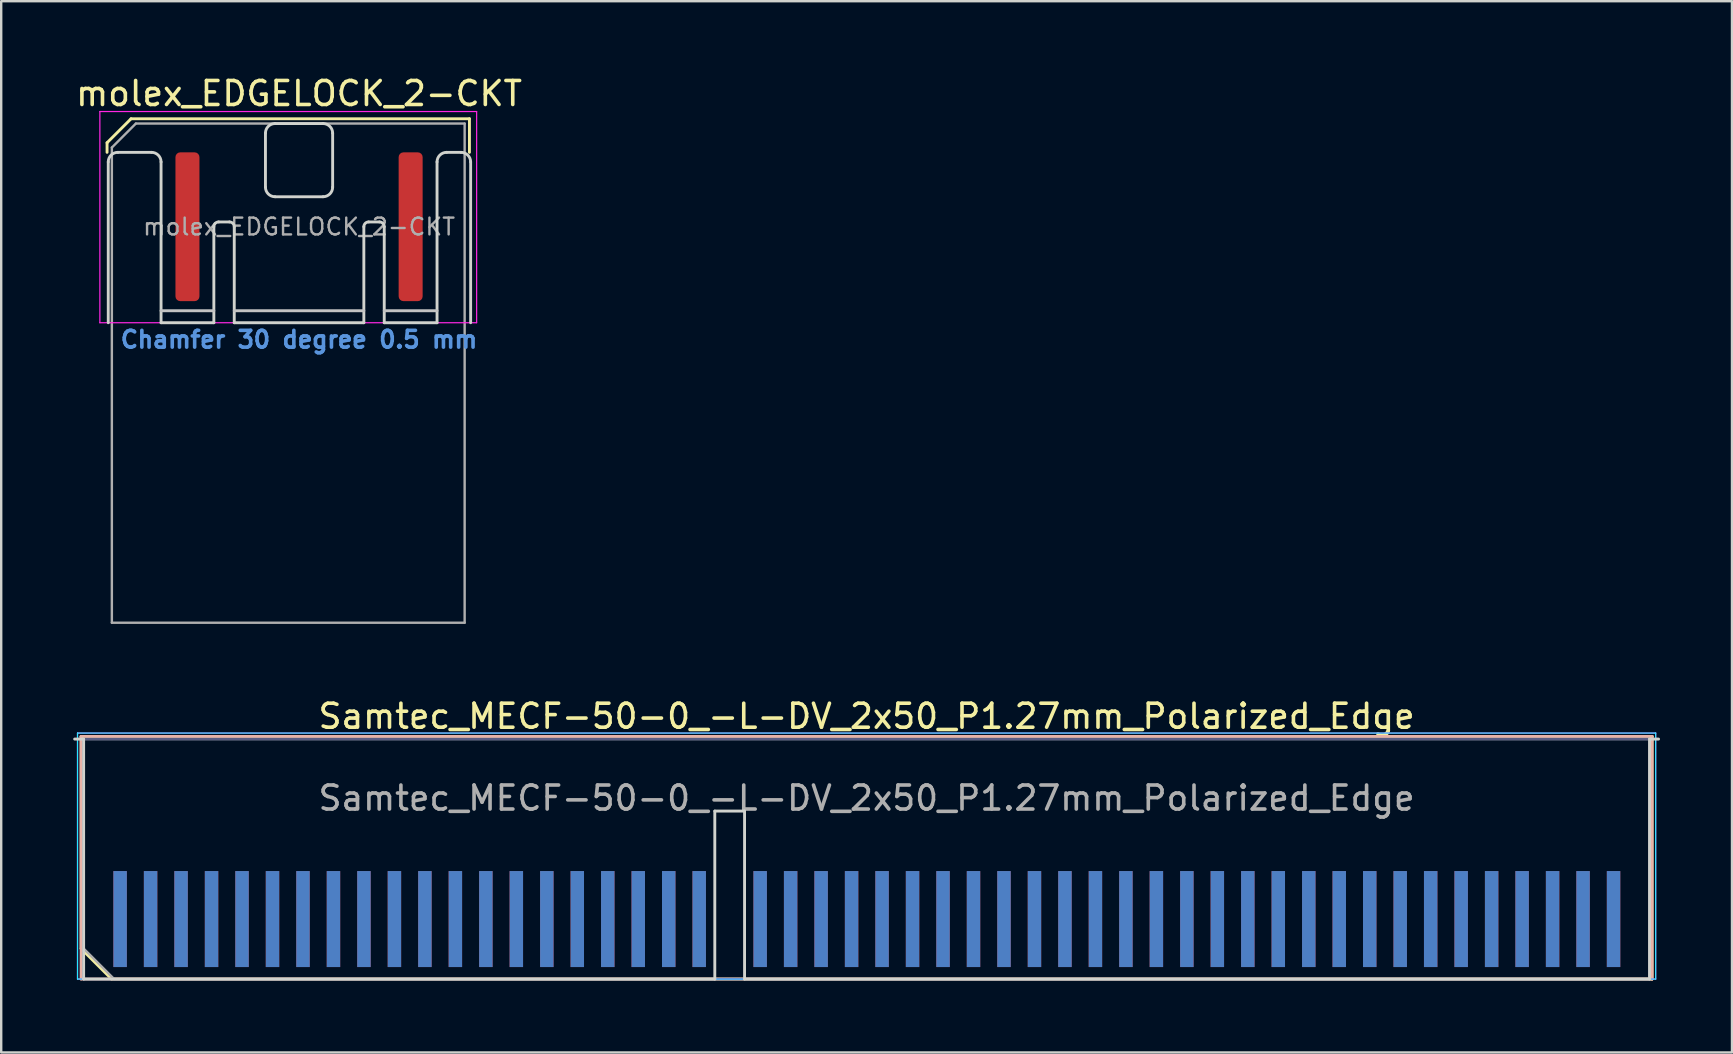
<source format=kicad_pcb>
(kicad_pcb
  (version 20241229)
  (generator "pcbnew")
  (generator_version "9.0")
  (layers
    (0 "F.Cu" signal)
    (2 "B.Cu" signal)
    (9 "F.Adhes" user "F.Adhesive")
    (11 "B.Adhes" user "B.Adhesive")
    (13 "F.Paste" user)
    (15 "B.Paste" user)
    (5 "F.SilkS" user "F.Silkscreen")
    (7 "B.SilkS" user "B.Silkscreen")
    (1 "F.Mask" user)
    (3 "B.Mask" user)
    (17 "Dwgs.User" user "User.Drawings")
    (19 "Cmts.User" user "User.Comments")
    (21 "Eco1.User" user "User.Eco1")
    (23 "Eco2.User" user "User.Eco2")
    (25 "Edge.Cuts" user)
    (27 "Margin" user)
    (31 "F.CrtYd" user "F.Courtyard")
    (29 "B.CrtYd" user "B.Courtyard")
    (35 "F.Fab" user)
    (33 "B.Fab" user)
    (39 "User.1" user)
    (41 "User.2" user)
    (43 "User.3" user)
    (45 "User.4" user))
  (footprint "Samtec_MECF-50-0_-L-DV_2x50_P1.27mm_Polarized_Edge"
    (layer "F.Cu")
    (at 33.06 32.746)
    (property "Reference" "Samtec_MECF-50-0_-L-DV_2x50_P1.27mm_Polarized_Edge" (at 0 -5.95 0) (layer "F.SilkS") (effects (font (size 1 1) (thickness 0.15))))
    (attr exclude_from_pos_files exclude_from_bom)
    (fp_line (start -32.73 -5.11) (end 32.73 -5.11) (stroke (width 0.12) (type solid)) (layer "F.SilkS"))
    (fp_line (start -32.73 3.73) (end -32.73 -5.11) (stroke (width 0.12) (type solid)) (layer "F.SilkS"))
    (fp_line (start -31.46 5) (end -32.73 3.73) (stroke (width 0.12) (type solid)) (layer "F.SilkS"))
    (fp_line (start -31.46 5) (end 32.73 5) (stroke (width 0.12) (type solid)) (layer "F.SilkS"))
    (fp_line (start 32.73 5) (end 32.73 -5.11) (stroke (width 0.12) (type solid)) (layer "F.SilkS"))
    (fp_line (start -32.73 -5.11) (end 32.73 -5.11) (stroke (width 0.12) (type solid)) (layer "B.SilkS"))
    (fp_line (start -32.73 5) (end -32.73 -5.11) (stroke (width 0.12) (type solid)) (layer "B.SilkS"))
    (fp_line (start -32.73 5) (end 32.73 5) (stroke (width 0.12) (type solid)) (layer "B.SilkS"))
    (fp_line (start 32.73 5) (end 32.73 -5.11) (stroke (width 0.12) (type solid)) (layer "B.SilkS"))
    (fp_line (start -33 -5) (end -32.625 -5) (stroke (width 0.12) (type solid)) (layer "Edge.Cuts"))
    (fp_line (start -32.625 5) (end -32.625 -5) (stroke (width 0.12) (type solid)) (layer "Edge.Cuts"))
    (fp_line (start -32.625 5) (end -6.325 5) (stroke (width 0.12) (type solid)) (layer "Edge.Cuts"))
    (fp_line (start -6.325 -2) (end -5.085 -2) (stroke (width 0.12) (type solid)) (layer "Edge.Cuts"))
    (fp_line (start -6.325 5) (end -6.325 -2) (stroke (width 0.12) (type solid)) (layer "Edge.Cuts"))
    (fp_line (start -5.085 5) (end -5.085 -2) (stroke (width 0.12) (type solid)) (layer "Edge.Cuts"))
    (fp_line (start -5.085 5) (end 32.625 5) (stroke (width 0.12) (type solid)) (layer "Edge.Cuts"))
    (fp_line (start 32.625 5) (end 32.625 -5) (stroke (width 0.12) (type solid)) (layer "Edge.Cuts"))
    (fp_line (start 33 -5) (end 32.625 -5) (stroke (width 0.12) (type solid)) (layer "Edge.Cuts"))
    (fp_line (start -32.88 -5.25) (end -32.88 5) (stroke (width 0.05) (type solid)) (layer "B.CrtYd"))
    (fp_line (start -32.88 5) (end 32.88 5) (stroke (width 0.05) (type solid)) (layer "B.CrtYd"))
    (fp_line (start 32.88 -5.25) (end -32.88 -5.25) (stroke (width 0.05) (type solid)) (layer "B.CrtYd"))
    (fp_line (start 32.88 5) (end 32.88 -5.25) (stroke (width 0.05) (type solid)) (layer "B.CrtYd"))
    (fp_line (start -32.88 -5.25) (end -32.88 5) (stroke (width 0.05) (type solid)) (layer "F.CrtYd"))
    (fp_line (start -32.88 5) (end 32.88 5) (stroke (width 0.05) (type solid)) (layer "F.CrtYd"))
    (fp_line (start 32.88 -5.25) (end -32.88 -5.25) (stroke (width 0.05) (type solid)) (layer "F.CrtYd"))
    (fp_line (start 32.88 5) (end 32.88 -5.25) (stroke (width 0.05) (type solid)) (layer "F.CrtYd"))
    (fp_line (start -32.625 -5) (end 32.625 -5) (stroke (width 0.1) (type solid)) (layer "B.Fab"))
    (fp_line (start -32.625 5) (end -32.625 -5) (stroke (width 0.1) (type solid)) (layer "B.Fab"))
    (fp_line (start -32.625 5) (end 32.625 5) (stroke (width 0.1) (type solid)) (layer "B.Fab"))
    (fp_line (start 32.625 5) (end 32.625 -5) (stroke (width 0.1) (type solid)) (layer "B.Fab"))
    (fp_line (start -32.625 -5) (end 32.625 -5) (stroke (width 0.1) (type solid)) (layer "F.Fab"))
    (fp_line (start -32.625 3.73) (end -32.625 -5) (stroke (width 0.1) (type solid)) (layer "F.Fab"))
    (fp_line (start -32.625 3.73) (end -31.355 5) (stroke (width 0.1) (type solid)) (layer "F.Fab"))
    (fp_line (start -31.355 5) (end 32.625 5) (stroke (width 0.1) (type solid)) (layer "F.Fab"))
    (fp_line (start 32.625 5) (end 32.625 -5) (stroke (width 0.1) (type solid)) (layer "F.Fab"))
    (fp_text user "${REFERENCE}" (at 0 -2.54 0) (layer "F.Fab") (effects (font (size 1 1) (thickness 0.15))))
    (pad "1" connect rect (at -31.105 2.5) (size 0.56 4) (layers "F.Cu" "F.Mask"))
    (pad "2" connect rect (at -31.105 2.5) (size 0.56 4) (layers "B.Cu" "B.Mask"))
    (pad "3" connect rect (at -29.835 2.5) (size 0.56 4) (layers "F.Cu" "F.Mask"))
    (pad "4" connect rect (at -29.835 2.5) (size 0.56 4) (layers "B.Cu" "B.Mask"))
    (pad "5" connect rect (at -28.565 2.5) (size 0.56 4) (layers "F.Cu" "F.Mask"))
    (pad "6" connect rect (at -28.565 2.5) (size 0.56 4) (layers "B.Cu" "B.Mask"))
    (pad "7" connect rect (at -27.295 2.5) (size 0.56 4) (layers "F.Cu" "F.Mask"))
    (pad "8" connect rect (at -27.295 2.5) (size 0.56 4) (layers "B.Cu" "B.Mask"))
    (pad "9" connect rect (at -26.025 2.5) (size 0.56 4) (layers "F.Cu" "F.Mask"))
    (pad "10" connect rect (at -26.025 2.5) (size 0.56 4) (layers "B.Cu" "B.Mask"))
    (pad "11" connect rect (at -24.755 2.5) (size 0.56 4) (layers "F.Cu" "F.Mask"))
    (pad "12" connect rect (at -24.755 2.5) (size 0.56 4) (layers "B.Cu" "B.Mask"))
    (pad "13" connect rect (at -23.485 2.5) (size 0.56 4) (layers "F.Cu" "F.Mask"))
    (pad "14" connect rect (at -23.485 2.5) (size 0.56 4) (layers "B.Cu" "B.Mask"))
    (pad "15" connect rect (at -22.215 2.5) (size 0.56 4) (layers "F.Cu" "F.Mask"))
    (pad "16" connect rect (at -22.215 2.5) (size 0.56 4) (layers "B.Cu" "B.Mask"))
    (pad "17" connect rect (at -20.945 2.5) (size 0.56 4) (layers "F.Cu" "F.Mask"))
    (pad "18" connect rect (at -20.945 2.5) (size 0.56 4) (layers "B.Cu" "B.Mask"))
    (pad "19" connect rect (at -19.675 2.5) (size 0.56 4) (layers "F.Cu" "F.Mask"))
    (pad "20" connect rect (at -19.675 2.5) (size 0.56 4) (layers "B.Cu" "B.Mask"))
    (pad "21" connect rect (at -18.405 2.5) (size 0.56 4) (layers "F.Cu" "F.Mask"))
    (pad "22" connect rect (at -18.405 2.5) (size 0.56 4) (layers "B.Cu" "B.Mask"))
    (pad "23" connect rect (at -17.135 2.5) (size 0.56 4) (layers "F.Cu" "F.Mask"))
    (pad "24" connect rect (at -17.135 2.5) (size 0.56 4) (layers "B.Cu" "B.Mask"))
    (pad "25" connect rect (at -15.865 2.5) (size 0.56 4) (layers "F.Cu" "F.Mask"))
    (pad "26" connect rect (at -15.865 2.5) (size 0.56 4) (layers "B.Cu" "B.Mask"))
    (pad "27" connect rect (at -14.595 2.5) (size 0.56 4) (layers "F.Cu" "F.Mask"))
    (pad "28" connect rect (at -14.595 2.5) (size 0.56 4) (layers "B.Cu" "B.Mask"))
    (pad "29" connect rect (at -13.325 2.5) (size 0.56 4) (layers "F.Cu" "F.Mask"))
    (pad "30" connect rect (at -13.325 2.5) (size 0.56 4) (layers "B.Cu" "B.Mask"))
    (pad "31" connect rect (at -12.055 2.5) (size 0.56 4) (layers "F.Cu" "F.Mask"))
    (pad "32" connect rect (at -12.055 2.5) (size 0.56 4) (layers "B.Cu" "B.Mask"))
    (pad "33" connect rect (at -10.785 2.5) (size 0.56 4) (layers "F.Cu" "F.Mask"))
    (pad "34" connect rect (at -10.785 2.5) (size 0.56 4) (layers "B.Cu" "B.Mask"))
    (pad "35" connect rect (at -9.515 2.5) (size 0.56 4) (layers "F.Cu" "F.Mask"))
    (pad "36" connect rect (at -9.515 2.5) (size 0.56 4) (layers "B.Cu" "B.Mask"))
    (pad "37" connect rect (at -8.245 2.5) (size 0.56 4) (layers "F.Cu" "F.Mask"))
    (pad "38" connect rect (at -8.245 2.5) (size 0.56 4) (layers "B.Cu" "B.Mask"))
    (pad "39" connect rect (at -6.975 2.5) (size 0.56 4) (layers "F.Cu" "F.Mask"))
    (pad "40" connect rect (at -6.975 2.5) (size 0.56 4) (layers "B.Cu" "B.Mask"))
    (pad "43" connect rect (at -4.435 2.5) (size 0.56 4) (layers "F.Cu" "F.Mask"))
    (pad "44" connect rect (at -4.435 2.5) (size 0.56 4) (layers "B.Cu" "B.Mask"))
    (pad "45" connect rect (at -3.165 2.5) (size 0.56 4) (layers "F.Cu" "F.Mask"))
    (pad "46" connect rect (at -3.165 2.5) (size 0.56 4) (layers "B.Cu" "B.Mask"))
    (pad "47" connect rect (at -1.895 2.5) (size 0.56 4) (layers "F.Cu" "F.Mask"))
    (pad "48" connect rect (at -1.895 2.5) (size 0.56 4) (layers "B.Cu" "B.Mask"))
    (pad "49" connect rect (at -0.625 2.5) (size 0.56 4) (layers "F.Cu" "F.Mask"))
    (pad "50" connect rect (at -0.625 2.5) (size 0.56 4) (layers "B.Cu" "B.Mask"))
    (pad "51" connect rect (at 0.645 2.5) (size 0.56 4) (layers "F.Cu" "F.Mask"))
    (pad "52" connect rect (at 0.645 2.5) (size 0.56 4) (layers "B.Cu" "B.Mask"))
    (pad "53" connect rect (at 1.915 2.5) (size 0.56 4) (layers "F.Cu" "F.Mask"))
    (pad "54" connect rect (at 1.915 2.5) (size 0.56 4) (layers "B.Cu" "B.Mask"))
    (pad "55" connect rect (at 3.185 2.5) (size 0.56 4) (layers "F.Cu" "F.Mask"))
    (pad "56" connect rect (at 3.185 2.5) (size 0.56 4) (layers "B.Cu" "B.Mask"))
    (pad "57" connect rect (at 4.455 2.5) (size 0.56 4) (layers "F.Cu" "F.Mask"))
    (pad "58" connect rect (at 4.455 2.5) (size 0.56 4) (layers "B.Cu" "B.Mask"))
    (pad "59" connect rect (at 5.725 2.5) (size 0.56 4) (layers "F.Cu" "F.Mask"))
    (pad "60" connect rect (at 5.725 2.5) (size 0.56 4) (layers "B.Cu" "B.Mask"))
    (pad "61" connect rect (at 6.995 2.5) (size 0.56 4) (layers "F.Cu" "F.Mask"))
    (pad "62" connect rect (at 6.995 2.5) (size 0.56 4) (layers "B.Cu" "B.Mask"))
    (pad "63" connect rect (at 8.265 2.5) (size 0.56 4) (layers "F.Cu" "F.Mask"))
    (pad "64" connect rect (at 8.265 2.5) (size 0.56 4) (layers "B.Cu" "B.Mask"))
    (pad "65" connect rect (at 9.535 2.5) (size 0.56 4) (layers "F.Cu" "F.Mask"))
    (pad "66" connect rect (at 9.535 2.5) (size 0.56 4) (layers "B.Cu" "B.Mask"))
    (pad "67" connect rect (at 10.805 2.5) (size 0.56 4) (layers "F.Cu" "F.Mask"))
    (pad "68" connect rect (at 10.805 2.5) (size 0.56 4) (layers "B.Cu" "B.Mask"))
    (pad "69" connect rect (at 12.075 2.5) (size 0.56 4) (layers "F.Cu" "F.Mask"))
    (pad "70" connect rect (at 12.075 2.5) (size 0.56 4) (layers "B.Cu" "B.Mask"))
    (pad "71" connect rect (at 13.345 2.5) (size 0.56 4) (layers "F.Cu" "F.Mask"))
    (pad "72" connect rect (at 13.345 2.5) (size 0.56 4) (layers "B.Cu" "B.Mask"))
    (pad "73" connect rect (at 14.615 2.5) (size 0.56 4) (layers "F.Cu" "F.Mask"))
    (pad "74" connect rect (at 14.615 2.5) (size 0.56 4) (layers "B.Cu" "B.Mask"))
    (pad "75" connect rect (at 15.885 2.5) (size 0.56 4) (layers "F.Cu" "F.Mask"))
    (pad "76" connect rect (at 15.885 2.5) (size 0.56 4) (layers "B.Cu" "B.Mask"))
    (pad "77" connect rect (at 17.155 2.5) (size 0.56 4) (layers "F.Cu" "F.Mask"))
    (pad "78" connect rect (at 17.155 2.5) (size 0.56 4) (layers "B.Cu" "B.Mask"))
    (pad "79" connect rect (at 18.425 2.5) (size 0.56 4) (layers "F.Cu" "F.Mask"))
    (pad "80" connect rect (at 18.425 2.5) (size 0.56 4) (layers "B.Cu" "B.Mask"))
    (pad "81" connect rect (at 19.695 2.5) (size 0.56 4) (layers "F.Cu" "F.Mask"))
    (pad "82" connect rect (at 19.695 2.5) (size 0.56 4) (layers "B.Cu" "B.Mask"))
    (pad "83" connect rect (at 20.965 2.5) (size 0.56 4) (layers "F.Cu" "F.Mask"))
    (pad "84" connect rect (at 20.965 2.5) (size 0.56 4) (layers "B.Cu" "B.Mask"))
    (pad "85" connect rect (at 22.235 2.5) (size 0.56 4) (layers "F.Cu" "F.Mask"))
    (pad "86" connect rect (at 22.235 2.5) (size 0.56 4) (layers "B.Cu" "B.Mask"))
    (pad "87" connect rect (at 23.505 2.5) (size 0.56 4) (layers "F.Cu" "F.Mask"))
    (pad "88" connect rect (at 23.505 2.5) (size 0.56 4) (layers "B.Cu" "B.Mask"))
    (pad "89" connect rect (at 24.775 2.5) (size 0.56 4) (layers "F.Cu" "F.Mask"))
    (pad "90" connect rect (at 24.775 2.5) (size 0.56 4) (layers "B.Cu" "B.Mask"))
    (pad "91" connect rect (at 26.045 2.5) (size 0.56 4) (layers "F.Cu" "F.Mask"))
    (pad "92" connect rect (at 26.045 2.5) (size 0.56 4) (layers "B.Cu" "B.Mask"))
    (pad "93" connect rect (at 27.315 2.5) (size 0.56 4) (layers "F.Cu" "F.Mask"))
    (pad "94" connect rect (at 27.315 2.5) (size 0.56 4) (layers "B.Cu" "B.Mask"))
    (pad "95" connect rect (at 28.585 2.5) (size 0.56 4) (layers "F.Cu" "F.Mask"))
    (pad "96" connect rect (at 28.585 2.5) (size 0.56 4) (layers "B.Cu" "B.Mask"))
    (pad "97" connect rect (at 29.855 2.5) (size 0.56 4) (layers "F.Cu" "F.Mask"))
    (pad "98" connect rect (at 29.855 2.5) (size 0.56 4) (layers "B.Cu" "B.Mask"))
    (pad "99" connect rect (at 31.125 2.5) (size 0.56 4) (layers "F.Cu" "F.Mask"))
    (pad "100" connect rect (at 31.125 2.5) (size 0.56 4) (layers "B.Cu" "B.Mask")))
  (footprint "molex_EDGELOCK_2-CKT"
    (layer "F.Cu")
    (at 9.411 6.398)
    (property "Reference" "molex_EDGELOCK_2-CKT" (at 0 -5.55 0) (layer "F.SilkS") (effects (font (size 1 1) (thickness 0.15))))
    (attr exclude_from_pos_files exclude_from_bom)
    (fp_line (start -8 -3.5) (end -7 -4.5) (stroke (width 0.12) (type solid)) (layer "F.SilkS"))
    (fp_line (start -8 -3.1) (end -8 -3.5) (stroke (width 0.12) (type solid)) (layer "F.SilkS"))
    (fp_line (start -7 -4.5) (end 7.1 -4.5) (stroke (width 0.12) (type solid)) (layer "F.SilkS"))
    (fp_line (start 7.1 -4.5) (end 7.1 -3.1) (stroke (width 0.12) (type solid)) (layer "F.SilkS"))
    (fp_line (start -5.75 3.5) (end -3.55 3.5) (stroke (width 0.12) (type solid)) (layer "Dwgs.User"))
    (fp_line (start -2.7 3.5) (end 2.7 3.5) (stroke (width 0.12) (type solid)) (layer "Dwgs.User"))
    (fp_line (start 3.55 3.5) (end 5.75 3.5) (stroke (width 0.12) (type solid)) (layer "Dwgs.User"))
    (fp_line (start -7.95 4) (end -7.95 -2.7) (stroke (width 0.12) (type solid)) (layer "Edge.Cuts"))
    (fp_line (start -7.55 -3.1) (end -6.15 -3.1) (stroke (width 0.12) (type solid)) (layer "Edge.Cuts"))
    (fp_line (start -5.75 -2.7) (end -5.75 4) (stroke (width 0.12) (type solid)) (layer "Edge.Cuts"))
    (fp_line (start -5.75 4) (end -3.55 4) (stroke (width 0.12) (type solid)) (layer "Edge.Cuts"))
    (fp_line (start -3.55 4) (end -3.55 0) (stroke (width 0.12) (type solid)) (layer "Edge.Cuts"))
    (fp_line (start -3.35 -0.2) (end -2.9 -0.2) (stroke (width 0.12) (type solid)) (layer "Edge.Cuts"))
    (fp_line (start -2.7 0) (end -2.7 4) (stroke (width 0.12) (type solid)) (layer "Edge.Cuts"))
    (fp_line (start -2.7 4) (end 2.7 4) (stroke (width 0.12) (type solid)) (layer "Edge.Cuts"))
    (fp_line (start -1.4 -3.9) (end -1.4 -1.65) (stroke (width 0.12) (type solid)) (layer "Edge.Cuts"))
    (fp_line (start -1 -1.25) (end 1 -1.25) (stroke (width 0.12) (type solid)) (layer "Edge.Cuts"))
    (fp_line (start 1 -4.3) (end -1 -4.3) (stroke (width 0.12) (type solid)) (layer "Edge.Cuts"))
    (fp_line (start 1.4 -1.65) (end 1.4 -3.9) (stroke (width 0.12) (type solid)) (layer "Edge.Cuts"))
    (fp_line (start 2.7 4) (end 2.7 0) (stroke (width 0.12) (type solid)) (layer "Edge.Cuts"))
    (fp_line (start 2.9 -0.2) (end 3.35 -0.2) (stroke (width 0.12) (type solid)) (layer "Edge.Cuts"))
    (fp_line (start 3.55 0) (end 3.55 4) (stroke (width 0.12) (type solid)) (layer "Edge.Cuts"))
    (fp_line (start 3.55 4) (end 5.75 4) (stroke (width 0.12) (type solid)) (layer "Edge.Cuts"))
    (fp_line (start 5.75 4) (end 5.75 -2.7) (stroke (width 0.12) (type solid)) (layer "Edge.Cuts"))
    (fp_line (start 6.15 -3.1) (end 6.75 -3.1) (stroke (width 0.12) (type solid)) (layer "Edge.Cuts"))
    (fp_line (start 7.15 -2.7) (end 7.15 4) (stroke (width 0.12) (type solid)) (layer "Edge.Cuts"))
    (fp_arc (start -7.95 -2.7) (mid -7.832843 -2.982843) (end -7.55 -3.1) (stroke (width 0.12) (type solid)) (layer "Edge.Cuts"))
    (fp_arc (start -6.15 -3.1) (mid -5.867157 -2.982843) (end -5.75 -2.7) (stroke (width 0.12) (type solid)) (layer "Edge.Cuts"))
    (fp_arc (start -3.55 0) (mid -3.491421 -0.141421) (end -3.35 -0.2) (stroke (width 0.12) (type solid)) (layer "Edge.Cuts"))
    (fp_arc (start -2.9 -0.2) (mid -2.758579 -0.141421) (end -2.7 0) (stroke (width 0.12) (type solid)) (layer "Edge.Cuts"))
    (fp_arc (start -1.4 -3.9) (mid -1.282843 -4.182843) (end -1 -4.3) (stroke (width 0.12) (type solid)) (layer "Edge.Cuts"))
    (fp_arc (start -1 -1.25) (mid -1.282843 -1.367157) (end -1.4 -1.65) (stroke (width 0.12) (type solid)) (layer "Edge.Cuts"))
    (fp_arc (start 1 -4.3) (mid 1.282843 -4.182843) (end 1.4 -3.9) (stroke (width 0.12) (type solid)) (layer "Edge.Cuts"))
    (fp_arc (start 1.4 -1.65) (mid 1.282843 -1.367157) (end 1 -1.25) (stroke (width 0.12) (type solid)) (layer "Edge.Cuts"))
    (fp_arc (start 2.7 0) (mid 2.758579 -0.141421) (end 2.9 -0.2) (stroke (width 0.12) (type solid)) (layer "Edge.Cuts"))
    (fp_arc (start 3.35 -0.2) (mid 3.491421 -0.141421) (end 3.55 0) (stroke (width 0.12) (type solid)) (layer "Edge.Cuts"))
    (fp_arc (start 5.75 -2.7) (mid 5.867157 -2.982843) (end 6.15 -3.1) (stroke (width 0.12) (type solid)) (layer "Edge.Cuts"))
    (fp_arc (start 6.75 -3.1) (mid 7.032843 -2.982843) (end 7.15 -2.7) (stroke (width 0.12) (type solid)) (layer "Edge.Cuts"))
    (fp_line (start -8.3 -4.8) (end -8.3 4) (stroke (width 0.05) (type solid)) (layer "F.CrtYd"))
    (fp_line (start -8.3 4) (end 7.4 4) (stroke (width 0.05) (type solid)) (layer "F.CrtYd"))
    (fp_line (start 7.4 -4.8) (end -8.3 -4.8) (stroke (width 0.05) (type solid)) (layer "F.CrtYd"))
    (fp_line (start 7.4 4) (end 7.4 -4.8) (stroke (width 0.05) (type solid)) (layer "F.CrtYd"))
    (fp_line (start -7.8 -3.3) (end -6.8 -4.3) (stroke (width 0.1) (type solid)) (layer "F.Fab"))
    (fp_line (start -7.8 16.5) (end -7.8 -3.3) (stroke (width 0.1) (type solid)) (layer "F.Fab"))
    (fp_line (start -6.8 -4.3) (end 6.9 -4.3) (stroke (width 0.1) (type solid)) (layer "F.Fab"))
    (fp_line (start 6.9 -4.3) (end 6.9 16.5) (stroke (width 0.1) (type solid)) (layer "F.Fab"))
    (fp_line (start 6.9 16.5) (end -7.8 16.5) (stroke (width 0.1) (type solid)) (layer "F.Fab"))
    (fp_text user "Chamfer 30 degree 0.5 mm" (at 0 4.7 0) (layer "Cmts.User") (effects (font (size 0.7 0.7) (thickness 0.15))))
    (fp_text user "${REFERENCE}" (at 0 0 0) (layer "F.Fab") (effects (font (size 0.7 0.7) (thickness 0.1))))
    (pad "1" connect roundrect (at -4.65 0) (size 1 6.2) (layers "F.Cu" "F.Mask") (roundrect_rratio 0.2))
    (pad "2" connect roundrect (at 4.65 0) (size 1 6.2) (layers "F.Cu" "F.Mask") (roundrect_rratio 0.2)))
  (gr_rect
    (start -3 -3)
    (end 69.12 40.806)
    (stroke (width 0.1) (type default))
    (fill no)
    (layer "Edge.Cuts")))
</source>
